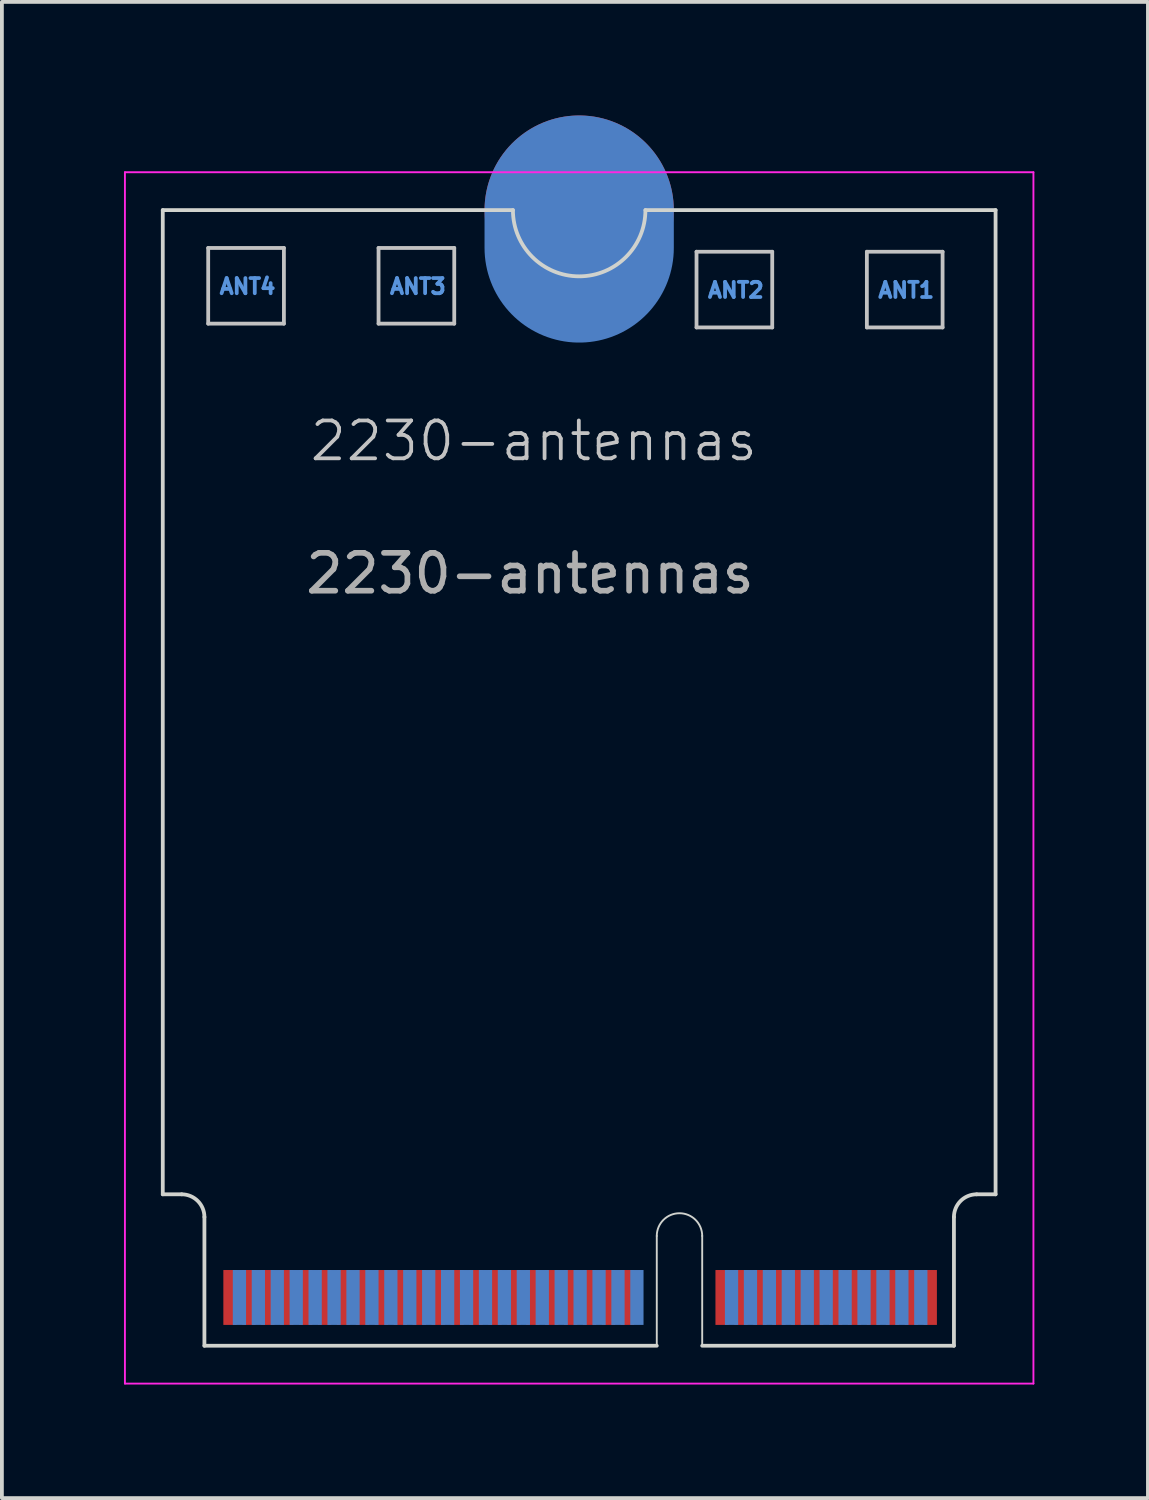
<source format=kicad_pcb>
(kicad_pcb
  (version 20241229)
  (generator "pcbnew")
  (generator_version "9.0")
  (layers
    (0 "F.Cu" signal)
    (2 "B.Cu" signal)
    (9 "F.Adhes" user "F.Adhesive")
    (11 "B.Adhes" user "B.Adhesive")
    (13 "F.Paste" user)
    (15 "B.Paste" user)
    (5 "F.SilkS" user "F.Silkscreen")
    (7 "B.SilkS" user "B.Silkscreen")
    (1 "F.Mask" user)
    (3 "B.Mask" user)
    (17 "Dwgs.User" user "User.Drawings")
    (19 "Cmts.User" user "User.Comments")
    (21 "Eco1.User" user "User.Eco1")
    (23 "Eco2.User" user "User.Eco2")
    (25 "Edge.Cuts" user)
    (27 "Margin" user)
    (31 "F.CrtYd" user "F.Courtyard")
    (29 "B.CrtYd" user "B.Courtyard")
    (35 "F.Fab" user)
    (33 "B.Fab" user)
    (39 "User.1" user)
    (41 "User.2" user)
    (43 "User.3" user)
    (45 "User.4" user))
  (footprint "2230-antennas"
    (layer "F.Cu")
    (at 0.25 1.5)
    (property "Reference" "2230-antennas" (at 10.8 7.1 0) (unlocked yes) (layer "Dwgs.User") (effects (font (size 1 1) (thickness 0.1))))
    (attr exclude_from_bom)
    (fp_line (start 2.2 2) (end 2.2 4) (stroke (width 0.1) (type default)) (layer "Dwgs.User"))
    (fp_line (start 2.2 4) (end 4.2 4) (stroke (width 0.1) (type default)) (layer "Dwgs.User"))
    (fp_line (start 4.2 2) (end 2.2 2) (stroke (width 0.1) (type default)) (layer "Dwgs.User"))
    (fp_line (start 4.2 4) (end 4.2 2) (stroke (width 0.1) (type default)) (layer "Dwgs.User"))
    (fp_line (start 6.7 2) (end 8.7 2) (stroke (width 0.1) (type default)) (layer "Dwgs.User"))
    (fp_line (start 6.7 4) (end 6.7 2) (stroke (width 0.1) (type default)) (layer "Dwgs.User"))
    (fp_line (start 8.7 2) (end 8.7 4) (stroke (width 0.1) (type default)) (layer "Dwgs.User"))
    (fp_line (start 8.7 4) (end 6.7 4) (stroke (width 0.1) (type default)) (layer "Dwgs.User"))
    (fp_line (start 15.1 2.1) (end 17.1 2.1) (stroke (width 0.1) (type default)) (layer "Dwgs.User"))
    (fp_line (start 15.1 4.1) (end 15.1 2.1) (stroke (width 0.1) (type default)) (layer "Dwgs.User"))
    (fp_line (start 17.1 2.1) (end 17.1 4.1) (stroke (width 0.1) (type default)) (layer "Dwgs.User"))
    (fp_line (start 17.1 4.1) (end 15.1 4.1) (stroke (width 0.1) (type default)) (layer "Dwgs.User"))
    (fp_line (start 19.6 2.1) (end 21.6 2.1) (stroke (width 0.1) (type default)) (layer "Dwgs.User"))
    (fp_line (start 19.6 4.1) (end 19.6 2.1) (stroke (width 0.1) (type default)) (layer "Dwgs.User"))
    (fp_line (start 21.6 2.1) (end 21.6 4.1) (stroke (width 0.1) (type default)) (layer "Dwgs.User"))
    (fp_line (start 21.6 4.1) (end 19.6 4.1) (stroke (width 0.1) (type default)) (layer "Dwgs.User"))
    (fp_line (start 1 1) (end 1 27) (stroke (width 0.1) (type default)) (layer "Edge.Cuts"))
    (fp_line (start 1 1) (end 10.25 1) (stroke (width 0.1) (type default)) (layer "Edge.Cuts"))
    (fp_line (start 1 27) (end 1.5 27) (stroke (width 0.1) (type default)) (layer "Edge.Cuts"))
    (fp_line (start 2.1 27.6) (end 2.1 31) (stroke (width 0.1) (type default)) (layer "Edge.Cuts"))
    (fp_line (start 2.1 31) (end 14.05 31) (stroke (width 0.1) (type default)) (layer "Edge.Cuts"))
    (fp_line (start 14.05 31) (end 14.05 28.1) (stroke (width 0.05) (type default)) (layer "Edge.Cuts"))
    (fp_line (start 15.25 28.1) (end 15.25 31) (stroke (width 0.05) (type default)) (layer "Edge.Cuts"))
    (fp_line (start 15.25 31) (end 21.9 31) (stroke (width 0.1) (type default)) (layer "Edge.Cuts"))
    (fp_line (start 21.9 27.6) (end 21.9 31) (stroke (width 0.1) (type default)) (layer "Edge.Cuts"))
    (fp_line (start 23 1) (end 13.75 1) (stroke (width 0.1) (type default)) (layer "Edge.Cuts"))
    (fp_line (start 23 1) (end 23 27) (stroke (width 0.1) (type default)) (layer "Edge.Cuts"))
    (fp_line (start 23 27) (end 22.5 27) (stroke (width 0.1) (type default)) (layer "Edge.Cuts"))
    (fp_arc (start 1.5 27) (mid 1.924264 27.175736) (end 2.1 27.6) (stroke (width 0.1) (type default)) (layer "Edge.Cuts"))
    (fp_arc (start 13.75 1) (mid 12 2.75) (end 10.25 1) (stroke (width 0.1) (type default)) (layer "Edge.Cuts"))
    (fp_arc (start 14.05 28.1) (mid 14.65 27.5) (end 15.25 28.1) (stroke (width 0.05) (type default)) (layer "Edge.Cuts"))
    (fp_arc (start 21.9 27.6) (mid 22.075736 27.175736) (end 22.5 27) (stroke (width 0.1) (type default)) (layer "Edge.Cuts"))
    (fp_line (start 0 0) (end 0 32) (stroke (width 0.05) (type default)) (layer "F.CrtYd"))
    (fp_line (start 0 32) (end 24 32) (stroke (width 0.05) (type default)) (layer "F.CrtYd"))
    (fp_line (start 24 0) (end 0 0) (stroke (width 0.05) (type default)) (layer "F.CrtYd"))
    (fp_line (start 24 32) (end 24 0) (stroke (width 0.05) (type default)) (layer "F.CrtYd"))
    (fp_text user "ANT2" (at 15.35 3.35 0) (unlocked yes) (layer "Cmts.User") (effects (font (size 0.4 0.4) (thickness 0.1) (bold yes)) (justify left bottom)))
    (fp_text user "ANT1" (at 19.85 3.35 0) (unlocked yes) (layer "Cmts.User") (effects (font (size 0.4 0.4) (thickness 0.1) (bold yes)) (justify left bottom)))
    (fp_text user "ANT4" (at 2.45 3.25 0) (unlocked yes) (layer "Cmts.User") (effects (font (size 0.4 0.4) (thickness 0.1) (bold yes)) (justify left bottom)))
    (fp_text user "ANT3" (at 6.95 3.25 0) (unlocked yes) (layer "Cmts.User") (effects (font (size 0.4 0.4) (thickness 0.1) (bold yes)) (justify left bottom)))
    (fp_text user "${REFERENCE}" (at 10.7 10.6 0) (unlocked yes) (layer "F.Fab") (effects (font (size 1 1) (thickness 0.15))))
    (pad "1" connect rect (at 21.275 29.725) (size 0.35 1.45) (layers "F.Cu" "F.Mask"))
    (pad "2" connect rect (at 21.025 29.725) (size 0.35 1.45) (layers "B.Cu" "B.Mask"))
    (pad "3" connect rect (at 20.775 29.725) (size 0.35 1.45) (layers "F.Cu" "F.Mask"))
    (pad "4" connect rect (at 20.525 29.725) (size 0.35 1.45) (layers "B.Cu" "B.Mask"))
    (pad "5" connect rect (at 20.275 29.725) (size 0.35 1.45) (layers "F.Cu" "F.Mask"))
    (pad "6" connect rect (at 20.025 29.725) (size 0.35 1.45) (layers "B.Cu" "B.Mask"))
    (pad "7" connect rect (at 19.775 29.725) (size 0.35 1.45) (layers "F.Cu" "F.Mask"))
    (pad "8" connect rect (at 19.525 29.725) (size 0.35 1.45) (layers "B.Cu" "B.Mask"))
    (pad "9" connect rect (at 19.275 29.725) (size 0.35 1.45) (layers "F.Cu" "F.Mask"))
    (pad "10" connect rect (at 19.025 29.725) (size 0.35 1.45) (layers "B.Cu" "B.Mask"))
    (pad "11" connect rect (at 18.775 29.725) (size 0.35 1.45) (layers "F.Cu" "F.Mask"))
    (pad "12" connect rect (at 18.525 29.725) (size 0.35 1.45) (layers "B.Cu" "B.Mask"))
    (pad "13" connect rect (at 18.275 29.725) (size 0.35 1.45) (layers "F.Cu" "F.Mask"))
    (pad "14" connect rect (at 18.025 29.725) (size 0.35 1.45) (layers "B.Cu" "B.Mask"))
    (pad "15" connect rect (at 17.775 29.725) (size 0.35 1.45) (layers "F.Cu" "F.Mask"))
    (pad "16" connect rect (at 17.525 29.725) (size 0.35 1.45) (layers "B.Cu" "B.Mask"))
    (pad "17" connect rect (at 17.275 29.725) (size 0.35 1.45) (layers "F.Cu" "F.Mask"))
    (pad "18" connect rect (at 17.025 29.725) (size 0.35 1.45) (layers "B.Cu" "B.Mask"))
    (pad "19" connect rect (at 16.775 29.725) (size 0.35 1.45) (layers "F.Cu" "F.Mask"))
    (pad "20" connect rect (at 16.525 29.725) (size 0.35 1.45) (layers "B.Cu" "B.Mask"))
    (pad "21" connect rect (at 16.275 29.725) (size 0.35 1.45) (layers "F.Cu" "F.Mask"))
    (pad "22" connect rect (at 16.025 29.725) (size 0.35 1.45) (layers "B.Cu" "B.Mask"))
    (pad "23" connect rect (at 15.775 29.725) (size 0.35 1.45) (layers "F.Cu" "F.Mask"))
    (pad "32" connect rect (at 13.525 29.725) (size 0.35 1.45) (layers "B.Cu" "B.Mask"))
    (pad "33" connect rect (at 13.275 29.725) (size 0.35 1.45) (layers "F.Cu" "F.Mask"))
    (pad "34" connect rect (at 13.025 29.725) (size 0.35 1.45) (layers "B.Cu" "B.Mask"))
    (pad "35" connect rect (at 12.775 29.725) (size 0.35 1.45) (layers "F.Cu" "F.Mask"))
    (pad "36" connect rect (at 12.525 29.725) (size 0.35 1.45) (layers "B.Cu" "B.Mask"))
    (pad "37" connect rect (at 12.275 29.725) (size 0.35 1.45) (layers "F.Cu" "F.Mask"))
    (pad "38" connect rect (at 12.025 29.725) (size 0.35 1.45) (layers "B.Cu" "B.Mask"))
    (pad "39" connect rect (at 11.775 29.725) (size 0.35 1.45) (layers "F.Cu" "F.Mask"))
    (pad "40" connect rect (at 11.525 29.725) (size 0.35 1.45) (layers "B.Cu" "B.Mask"))
    (pad "41" connect rect (at 11.275 29.725) (size 0.35 1.45) (layers "F.Cu" "F.Mask"))
    (pad "42" connect rect (at 11.025 29.725) (size 0.35 1.45) (layers "B.Cu" "B.Mask"))
    (pad "43" connect rect (at 10.775 29.725) (size 0.35 1.45) (layers "F.Cu" "F.Mask"))
    (pad "44" connect rect (at 10.525 29.725) (size 0.35 1.45) (layers "B.Cu" "B.Mask"))
    (pad "45" connect rect (at 10.275 29.725) (size 0.35 1.45) (layers "F.Cu" "F.Mask"))
    (pad "46" connect rect (at 10.025 29.725) (size 0.35 1.45) (layers "B.Cu" "B.Mask"))
    (pad "47" connect rect (at 9.775 29.725) (size 0.35 1.45) (layers "F.Cu" "F.Mask"))
    (pad "48" connect rect (at 9.525 29.725) (size 0.35 1.45) (layers "B.Cu" "B.Mask"))
    (pad "49" connect rect (at 9.275 29.725) (size 0.35 1.45) (layers "F.Cu" "F.Mask"))
    (pad "50" connect rect (at 9.025 29.725) (size 0.35 1.45) (layers "B.Cu" "B.Mask"))
    (pad "51" connect rect (at 8.775 29.725) (size 0.35 1.45) (layers "F.Cu" "F.Mask"))
    (pad "52" connect rect (at 8.525 29.725) (size 0.35 1.45) (layers "B.Cu" "B.Mask"))
    (pad "53" connect rect (at 8.275 29.725) (size 0.35 1.45) (layers "F.Cu" "F.Mask"))
    (pad "54" connect rect (at 8.025 29.725) (size 0.35 1.45) (layers "B.Cu" "B.Mask"))
    (pad "55" connect rect (at 7.775 29.725) (size 0.35 1.45) (layers "F.Cu" "F.Mask"))
    (pad "56" connect rect (at 7.525 29.725) (size 0.35 1.45) (layers "B.Cu" "B.Mask"))
    (pad "57" connect rect (at 7.275 29.725) (size 0.35 1.45) (layers "F.Cu" "F.Mask"))
    (pad "58" connect rect (at 7.025 29.725) (size 0.35 1.45) (layers "B.Cu" "B.Mask"))
    (pad "59" connect rect (at 6.775 29.725) (size 0.35 1.45) (layers "F.Cu" "F.Mask"))
    (pad "60" connect rect (at 6.525 29.725) (size 0.35 1.45) (layers "B.Cu" "B.Mask"))
    (pad "61" connect rect (at 6.275 29.725) (size 0.35 1.45) (layers "F.Cu" "F.Mask"))
    (pad "62" connect rect (at 6.025 29.725) (size 0.35 1.45) (layers "B.Cu" "B.Mask"))
    (pad "63" connect rect (at 5.775 29.725) (size 0.35 1.45) (layers "F.Cu" "F.Mask"))
    (pad "64" connect rect (at 5.525 29.725) (size 0.35 1.45) (layers "B.Cu" "B.Mask"))
    (pad "65" connect rect (at 5.275 29.725) (size 0.35 1.45) (layers "F.Cu" "F.Mask"))
    (pad "66" connect rect (at 5.025 29.725) (size 0.35 1.45) (layers "B.Cu" "B.Mask"))
    (pad "67" connect rect (at 4.775 29.725) (size 0.35 1.45) (layers "F.Cu" "F.Mask"))
    (pad "68" connect rect (at 4.525 29.725) (size 0.35 1.45) (layers "B.Cu" "B.Mask"))
    (pad "69" connect rect (at 4.275 29.725) (size 0.35 1.45) (layers "F.Cu" "F.Mask"))
    (pad "70" connect rect (at 4.025 29.725) (size 0.35 1.45) (layers "B.Cu" "B.Mask"))
    (pad "71" connect rect (at 3.775 29.725) (size 0.35 1.45) (layers "F.Cu" "F.Mask"))
    (pad "72" connect rect (at 3.525 29.725) (size 0.35 1.45) (layers "B.Cu" "B.Mask"))
    (pad "73" connect rect (at 3.275 29.725) (size 0.35 1.45) (layers "F.Cu" "F.Mask"))
    (pad "74" connect rect (at 3.025 29.725) (size 0.35 1.45) (layers "B.Cu" "B.Mask"))
    (pad "75" connect rect (at 2.775 29.725) (size 0.35 1.45) (layers "F.Cu" "F.Mask"))
    (pad "76" connect circle (at 12 1) (size 5 5) (layers "F.Cu" "F.Mask"))
    (pad "77" connect oval (at 12 1.5) (size 5 6) (layers "B.Cu" "B.Mask"))
    (zone (net_name "") (layers "F.Cu" "B.Cu") (name "ANTENNAS") (hatch edge 0.5) (connect_pads) (min_thickness 0.25) (filled_areas_thickness no) (keepout (tracks allowed) (vias allowed) (pads not_allowed) (copperpour allowed) (footprints not_allowed)) (placement (enabled no)) (fill) (polygon (pts (xy 23.25 6.5) (xy 21.85 6.5) (xy 21.85 3.6) (xy 19.85 3.6) (xy 19.85 5.6) (xy 21.85 5.6) (xy 21.85 6.5) (xy 17.35 6.5) (xy 17.35 3.6) (xy 15.35 3.6) (xy 15.35 5.6) (xy 17.35 5.6) (xy 17.35 6.5) (xy 8.95 6.5) (xy 8.95 3.5) (xy 6.95 3.5) (xy 6.95 5.5) (xy 8.95 5.5) (xy 8.95 6.5) (xy 4.45 6.5) (xy 4.45 3.5) (xy 2.45 3.5) (xy 2.45 5.5) (xy 4.45 5.5) (xy 4.45 6.5) (xy 1.25 6.5) (xy 1.25 2.5) (xy 23.25 2.5))))
    (zone (net_name "") (layers "F.Cu" "Dwgs.User") (name "ANT4") (hatch edge 0.5) (connect_pads) (min_thickness 0.25) (filled_areas_thickness no) (keepout (tracks allowed) (vias allowed) (pads allowed) (copperpour not_allowed) (footprints allowed)) (placement (enabled no)) (fill) (polygon (pts (xy 2.45 3.5) (xy 4.45 3.5) (xy 4.45 5.5) (xy 2.45 5.5))))
    (zone (net_name "") (layers "F.Cu" "Dwgs.User") (name "ANT3") (hatch edge 0.5) (connect_pads) (min_thickness 0.25) (filled_areas_thickness no) (keepout (tracks allowed) (vias allowed) (pads allowed) (copperpour not_allowed) (footprints allowed)) (placement (enabled no)) (fill) (polygon (pts (xy 6.95 3.5) (xy 8.95 3.5) (xy 8.95 5.5) (xy 6.95 5.5))))
    (zone (net_name "") (layers "F.Cu" "Dwgs.User") (name "ANT2") (hatch edge 0.5) (connect_pads) (min_thickness 0.25) (filled_areas_thickness no) (keepout (tracks allowed) (vias allowed) (pads allowed) (copperpour not_allowed) (footprints allowed)) (placement (enabled no)) (fill) (polygon (pts (xy 15.35 3.6) (xy 17.35 3.6) (xy 17.35 5.6) (xy 15.35 5.6))))
    (zone (net_name "") (layers "F.Cu" "Dwgs.User") (name "ANT1") (hatch edge 0.5) (connect_pads) (min_thickness 0.25) (filled_areas_thickness no) (keepout (tracks allowed) (vias allowed) (pads allowed) (copperpour not_allowed) (footprints allowed)) (placement (enabled no)) (fill) (polygon (pts (xy 19.85 3.6) (xy 21.85 3.6) (xy 21.85 5.6) (xy 19.85 5.6)))))
  (gr_rect
    (start -3 -3)
    (end 27.275 36.525)
    (stroke (width 0.1) (type default))
    (fill no)
    (layer "Edge.Cuts")))
</source>
